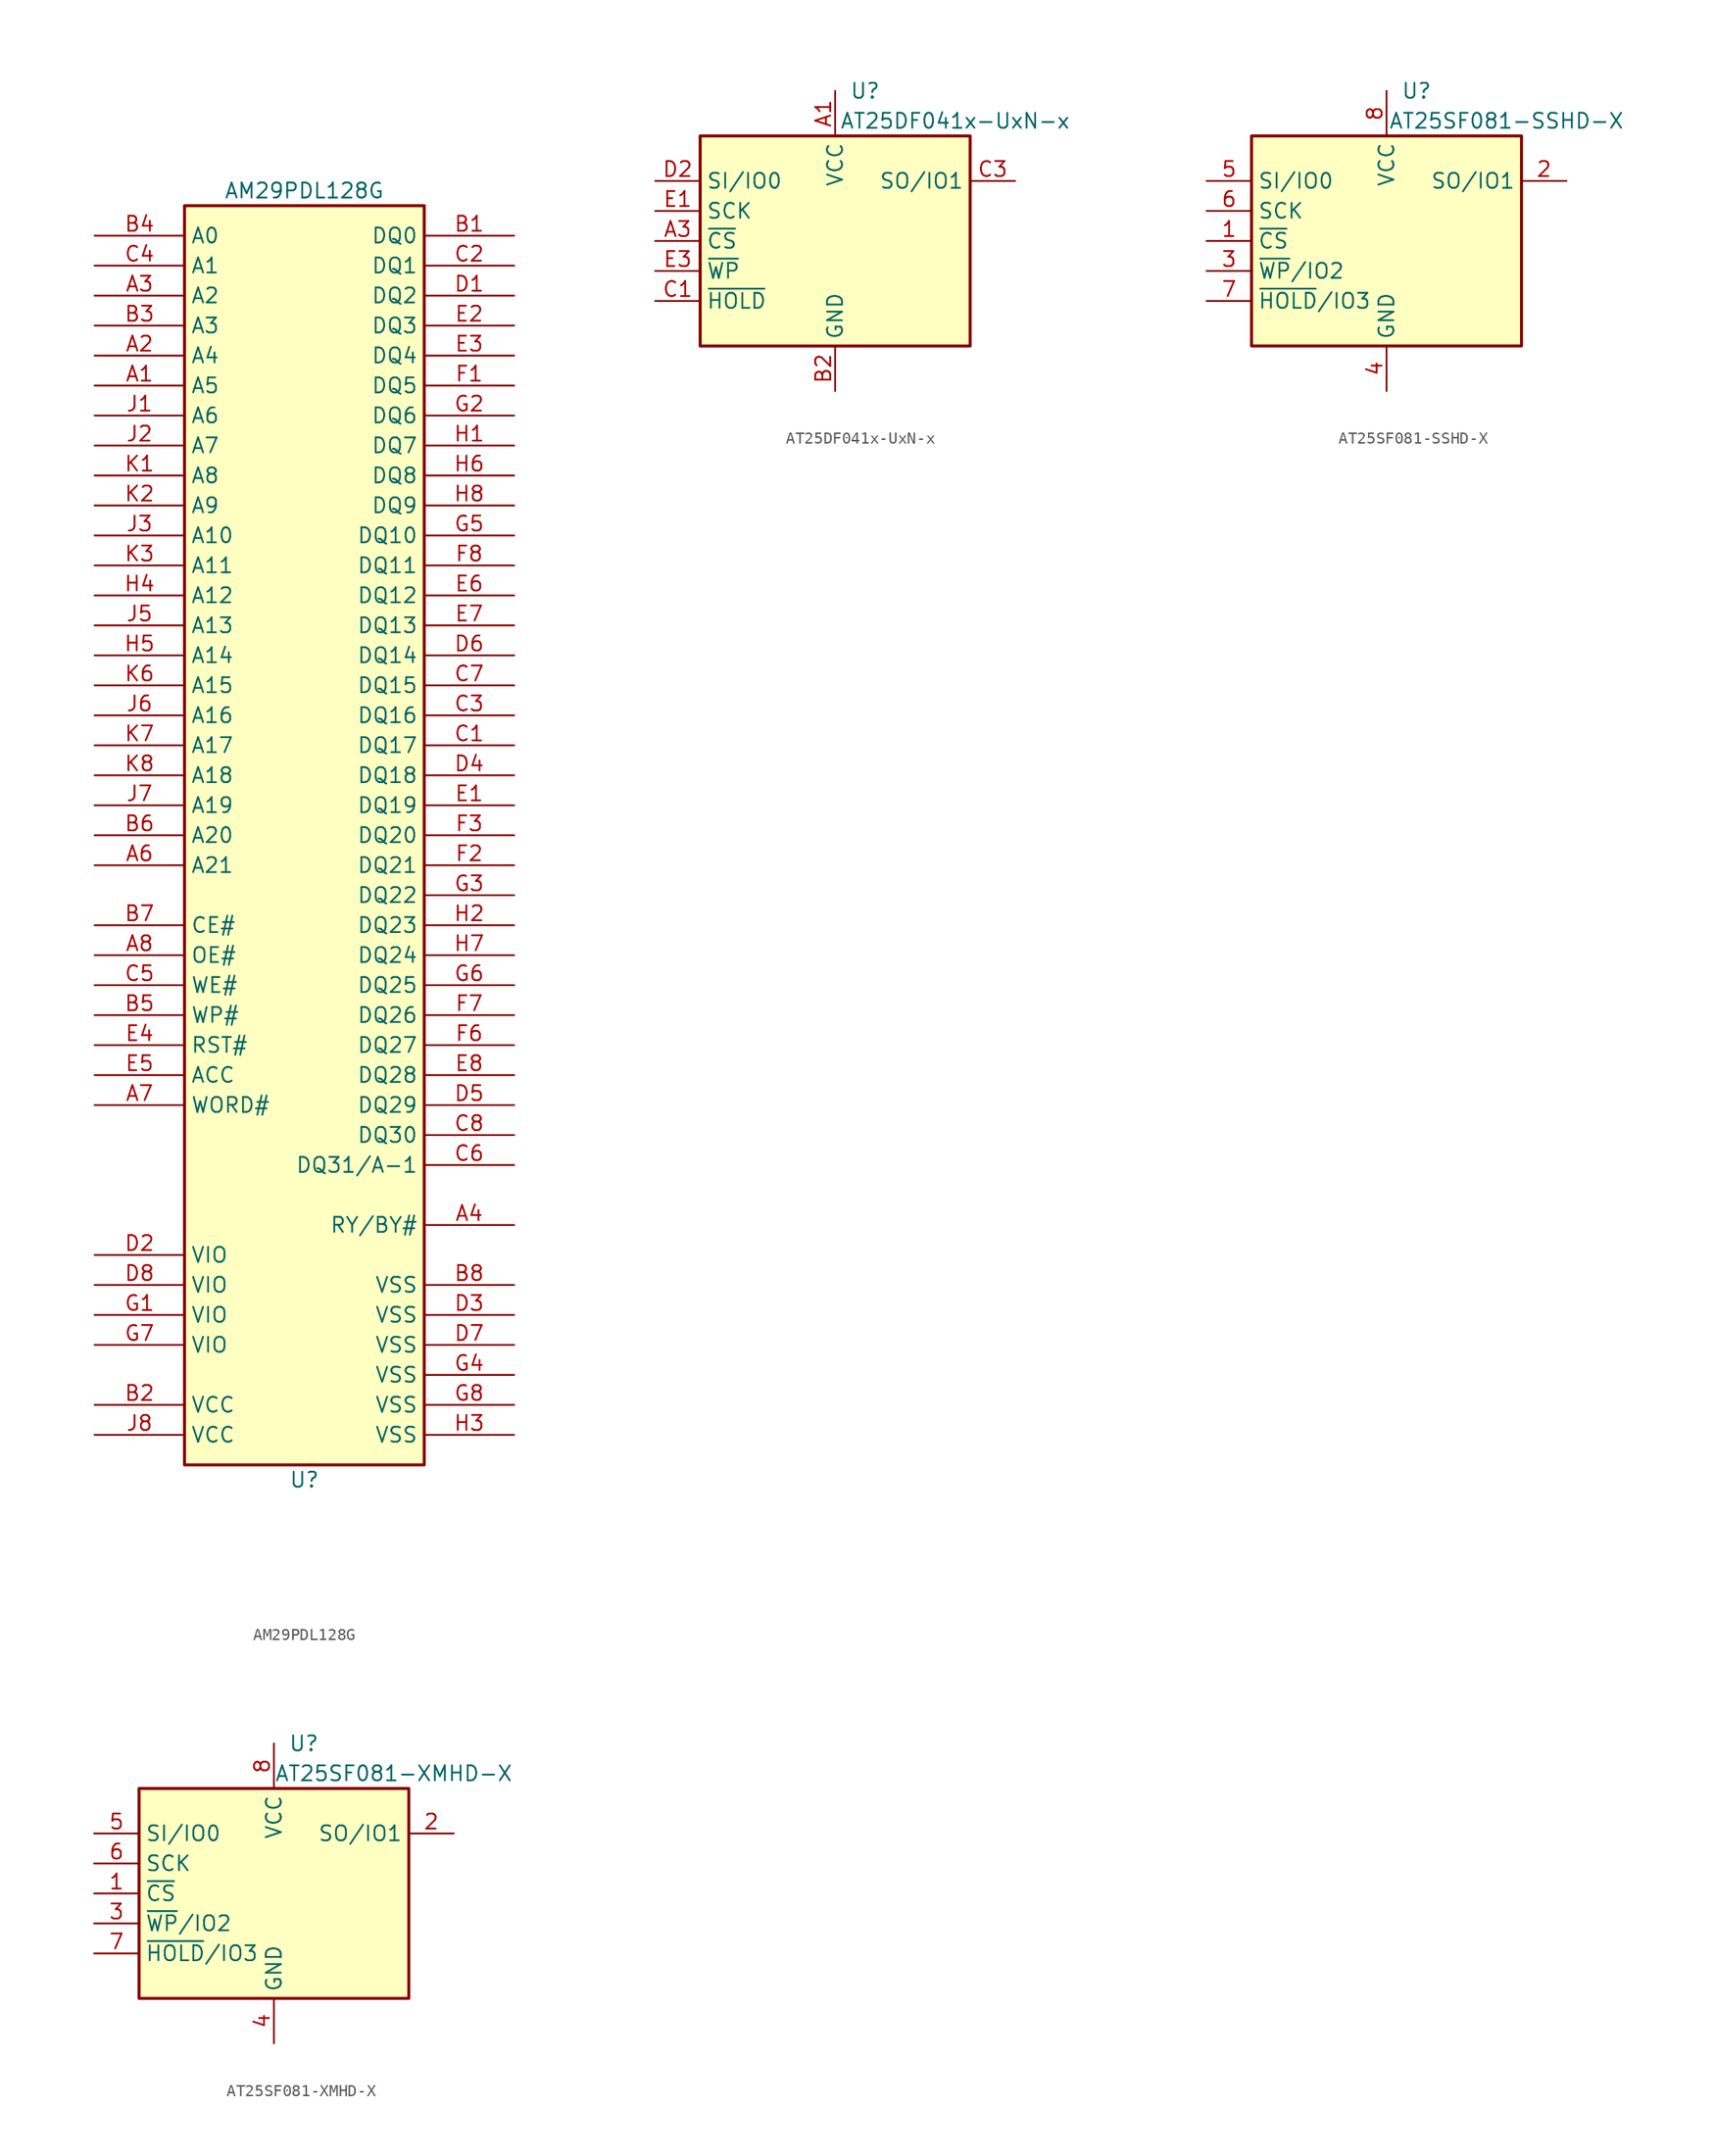
<source format=kicad_sym>
(kicad_symbol_lib
  (version 20201005)
  (generator kicad_symbol_editor)
  (symbol "Memory_Flash:AM29PDL128G"
    (property "Reference" "U"
      (at 0 -54.61 0)
      (effects (font (size 1.27 1.27))))
    (property "Value" "AM29PDL128G"
      (at 0 54.61 0)
      (effects (font (size 1.27 1.27))))
    (symbol "AM29PDL128G_0_1"
      (rectangle (start -10.16 53.34) (end 10.16 -53.34) (stroke (width 0.254)) (fill (type background))))
    (symbol "AM29PDL128G_1_1"
      (pin input line (at -17.78 38.1 0) (length 7.62) (name "A5" (effects (font (size 1.27 1.27)))) (number "A1" (effects (font (size 1.27 1.27)))))
      (pin input line (at -17.78 40.64 0) (length 7.62) (name "A4" (effects (font (size 1.27 1.27)))) (number "A2" (effects (font (size 1.27 1.27)))))
      (pin input line (at -17.78 45.72 0) (length 7.62) (name "A2" (effects (font (size 1.27 1.27)))) (number "A3" (effects (font (size 1.27 1.27)))))
      (pin output line (at 17.78 -33.02 180) (length 7.62) (name "RY/BY#" (effects (font (size 1.27 1.27)))) (number "A4" (effects (font (size 1.27 1.27)))))
      (pin input line (at -17.78 -2.54 0) (length 7.62) (name "A21" (effects (font (size 1.27 1.27)))) (number "A6" (effects (font (size 1.27 1.27)))))
      (pin input line (at -17.78 -22.86 0) (length 7.62) (name "WORD#" (effects (font (size 1.27 1.27)))) (number "A7" (effects (font (size 1.27 1.27)))))
      (pin input line (at -17.78 -10.16 0) (length 7.62) (name "OE#" (effects (font (size 1.27 1.27)))) (number "A8" (effects (font (size 1.27 1.27)))))
      (pin bidirectional line (at 17.78 50.8 180) (length 7.62) (name "DQ0" (effects (font (size 1.27 1.27)))) (number "B1" (effects (font (size 1.27 1.27)))))
      (pin power_in line (at -17.78 -48.26 0) (length 7.62) (name "VCC" (effects (font (size 1.27 1.27)))) (number "B2" (effects (font (size 1.27 1.27)))))
      (pin input line (at -17.78 43.18 0) (length 7.62) (name "A3" (effects (font (size 1.27 1.27)))) (number "B3" (effects (font (size 1.27 1.27)))))
      (pin input line (at -17.78 50.8 0) (length 7.62) (name "A0" (effects (font (size 1.27 1.27)))) (number "B4" (effects (font (size 1.27 1.27)))))
      (pin input line (at -17.78 -15.24 0) (length 7.62) (name "WP#" (effects (font (size 1.27 1.27)))) (number "B5" (effects (font (size 1.27 1.27)))))
      (pin input line (at -17.78 0 0) (length 7.62) (name "A20" (effects (font (size 1.27 1.27)))) (number "B6" (effects (font (size 1.27 1.27)))))
      (pin input line (at -17.78 -7.62 0) (length 7.62) (name "CE#" (effects (font (size 1.27 1.27)))) (number "B7" (effects (font (size 1.27 1.27)))))
      (pin power_in line (at 17.78 -38.1 180) (length 7.62) (name "VSS" (effects (font (size 1.27 1.27)))) (number "B8" (effects (font (size 1.27 1.27)))))
      (pin bidirectional line (at 17.78 7.62 180) (length 7.62) (name "DQ17" (effects (font (size 1.27 1.27)))) (number "C1" (effects (font (size 1.27 1.27)))))
      (pin bidirectional line (at 17.78 48.26 180) (length 7.62) (name "DQ1" (effects (font (size 1.27 1.27)))) (number "C2" (effects (font (size 1.27 1.27)))))
      (pin bidirectional line (at 17.78 10.16 180) (length 7.62) (name "DQ16" (effects (font (size 1.27 1.27)))) (number "C3" (effects (font (size 1.27 1.27)))))
      (pin input line (at -17.78 48.26 0) (length 7.62) (name "A1" (effects (font (size 1.27 1.27)))) (number "C4" (effects (font (size 1.27 1.27)))))
      (pin input line (at -17.78 -12.7 0) (length 7.62) (name "WE#" (effects (font (size 1.27 1.27)))) (number "C5" (effects (font (size 1.27 1.27)))))
      (pin bidirectional line (at 17.78 -27.94 180) (length 7.62) (name "DQ31/A-1" (effects (font (size 1.27 1.27)))) (number "C6" (effects (font (size 1.27 1.27)))))
      (pin bidirectional line (at 17.78 12.7 180) (length 7.62) (name "DQ15" (effects (font (size 1.27 1.27)))) (number "C7" (effects (font (size 1.27 1.27)))))
      (pin bidirectional line (at 17.78 -25.4 180) (length 7.62) (name "DQ30" (effects (font (size 1.27 1.27)))) (number "C8" (effects (font (size 1.27 1.27)))))
      (pin bidirectional line (at 17.78 45.72 180) (length 7.62) (name "DQ2" (effects (font (size 1.27 1.27)))) (number "D1" (effects (font (size 1.27 1.27)))))
      (pin input line (at -17.78 -35.56 0) (length 7.62) (name "VIO" (effects (font (size 1.27 1.27)))) (number "D2" (effects (font (size 1.27 1.27)))))
      (pin power_in line (at 17.78 -40.64 180) (length 7.62) (name "VSS" (effects (font (size 1.27 1.27)))) (number "D3" (effects (font (size 1.27 1.27)))))
      (pin bidirectional line (at 17.78 5.08 180) (length 7.62) (name "DQ18" (effects (font (size 1.27 1.27)))) (number "D4" (effects (font (size 1.27 1.27)))))
      (pin bidirectional line (at 17.78 -22.86 180) (length 7.62) (name "DQ29" (effects (font (size 1.27 1.27)))) (number "D5" (effects (font (size 1.27 1.27)))))
      (pin bidirectional line (at 17.78 15.24 180) (length 7.62) (name "DQ14" (effects (font (size 1.27 1.27)))) (number "D6" (effects (font (size 1.27 1.27)))))
      (pin power_in line (at 17.78 -43.18 180) (length 7.62) (name "VSS" (effects (font (size 1.27 1.27)))) (number "D7" (effects (font (size 1.27 1.27)))))
      (pin input line (at -17.78 -38.1 0) (length 7.62) (name "VIO" (effects (font (size 1.27 1.27)))) (number "D8" (effects (font (size 1.27 1.27)))))
      (pin bidirectional line (at 17.78 2.54 180) (length 7.62) (name "DQ19" (effects (font (size 1.27 1.27)))) (number "E1" (effects (font (size 1.27 1.27)))))
      (pin bidirectional line (at 17.78 43.18 180) (length 7.62) (name "DQ3" (effects (font (size 1.27 1.27)))) (number "E2" (effects (font (size 1.27 1.27)))))
      (pin bidirectional line (at 17.78 40.64 180) (length 7.62) (name "DQ4" (effects (font (size 1.27 1.27)))) (number "E3" (effects (font (size 1.27 1.27)))))
      (pin input line (at -17.78 -17.78 0) (length 7.62) (name "RST#" (effects (font (size 1.27 1.27)))) (number "E4" (effects (font (size 1.27 1.27)))))
      (pin input line (at -17.78 -20.32 0) (length 7.62) (name "ACC" (effects (font (size 1.27 1.27)))) (number "E5" (effects (font (size 1.27 1.27)))))
      (pin bidirectional line (at 17.78 20.32 180) (length 7.62) (name "DQ12" (effects (font (size 1.27 1.27)))) (number "E6" (effects (font (size 1.27 1.27)))))
      (pin bidirectional line (at 17.78 17.78 180) (length 7.62) (name "DQ13" (effects (font (size 1.27 1.27)))) (number "E7" (effects (font (size 1.27 1.27)))))
      (pin bidirectional line (at 17.78 -20.32 180) (length 7.62) (name "DQ28" (effects (font (size 1.27 1.27)))) (number "E8" (effects (font (size 1.27 1.27)))))
      (pin bidirectional line (at 17.78 38.1 180) (length 7.62) (name "DQ5" (effects (font (size 1.27 1.27)))) (number "F1" (effects (font (size 1.27 1.27)))))
      (pin bidirectional line (at 17.78 -2.54 180) (length 7.62) (name "DQ21" (effects (font (size 1.27 1.27)))) (number "F2" (effects (font (size 1.27 1.27)))))
      (pin bidirectional line (at 17.78 0 180) (length 7.62) (name "DQ20" (effects (font (size 1.27 1.27)))) (number "F3" (effects (font (size 1.27 1.27)))))
      (pin bidirectional line (at 17.78 -17.78 180) (length 7.62) (name "DQ27" (effects (font (size 1.27 1.27)))) (number "F6" (effects (font (size 1.27 1.27)))))
      (pin bidirectional line (at 17.78 -15.24 180) (length 7.62) (name "DQ26" (effects (font (size 1.27 1.27)))) (number "F7" (effects (font (size 1.27 1.27)))))
      (pin bidirectional line (at 17.78 22.86 180) (length 7.62) (name "DQ11" (effects (font (size 1.27 1.27)))) (number "F8" (effects (font (size 1.27 1.27)))))
      (pin input line (at -17.78 -40.64 0) (length 7.62) (name "VIO" (effects (font (size 1.27 1.27)))) (number "G1" (effects (font (size 1.27 1.27)))))
      (pin bidirectional line (at 17.78 35.56 180) (length 7.62) (name "DQ6" (effects (font (size 1.27 1.27)))) (number "G2" (effects (font (size 1.27 1.27)))))
      (pin bidirectional line (at 17.78 -5.08 180) (length 7.62) (name "DQ22" (effects (font (size 1.27 1.27)))) (number "G3" (effects (font (size 1.27 1.27)))))
      (pin passive line (at 17.78 -45.72 180) (length 7.62) (name "VSS" (effects (font (size 1.27 1.27)))) (number "G4" (effects (font (size 1.27 1.27)))))
      (pin bidirectional line (at 17.78 25.4 180) (length 7.62) (name "DQ10" (effects (font (size 1.27 1.27)))) (number "G5" (effects (font (size 1.27 1.27)))))
      (pin bidirectional line (at 17.78 -12.7 180) (length 7.62) (name "DQ25" (effects (font (size 1.27 1.27)))) (number "G6" (effects (font (size 1.27 1.27)))))
      (pin input line (at -17.78 -43.18 0) (length 7.62) (name "VIO" (effects (font (size 1.27 1.27)))) (number "G7" (effects (font (size 1.27 1.27)))))
      (pin power_in line (at 17.78 -48.26 180) (length 7.62) (name "VSS" (effects (font (size 1.27 1.27)))) (number "G8" (effects (font (size 1.27 1.27)))))
      (pin bidirectional line (at 17.78 33.02 180) (length 7.62) (name "DQ7" (effects (font (size 1.27 1.27)))) (number "H1" (effects (font (size 1.27 1.27)))))
      (pin bidirectional line (at 17.78 -7.62 180) (length 7.62) (name "DQ23" (effects (font (size 1.27 1.27)))) (number "H2" (effects (font (size 1.27 1.27)))))
      (pin power_in line (at 17.78 -50.8 180) (length 7.62) (name "VSS" (effects (font (size 1.27 1.27)))) (number "H3" (effects (font (size 1.27 1.27)))))
      (pin input line (at -17.78 20.32 0) (length 7.62) (name "A12" (effects (font (size 1.27 1.27)))) (number "H4" (effects (font (size 1.27 1.27)))))
      (pin input line (at -17.78 15.24 0) (length 7.62) (name "A14" (effects (font (size 1.27 1.27)))) (number "H5" (effects (font (size 1.27 1.27)))))
      (pin bidirectional line (at 17.78 30.48 180) (length 7.62) (name "DQ8" (effects (font (size 1.27 1.27)))) (number "H6" (effects (font (size 1.27 1.27)))))
      (pin bidirectional line (at 17.78 -10.16 180) (length 7.62) (name "DQ24" (effects (font (size 1.27 1.27)))) (number "H7" (effects (font (size 1.27 1.27)))))
      (pin bidirectional line (at 17.78 27.94 180) (length 7.62) (name "DQ9" (effects (font (size 1.27 1.27)))) (number "H8" (effects (font (size 1.27 1.27)))))
      (pin input line (at -17.78 35.56 0) (length 7.62) (name "A6" (effects (font (size 1.27 1.27)))) (number "J1" (effects (font (size 1.27 1.27)))))
      (pin input line (at -17.78 33.02 0) (length 7.62) (name "A7" (effects (font (size 1.27 1.27)))) (number "J2" (effects (font (size 1.27 1.27)))))
      (pin input line (at -17.78 25.4 0) (length 7.62) (name "A10" (effects (font (size 1.27 1.27)))) (number "J3" (effects (font (size 1.27 1.27)))))
      (pin input line (at -17.78 17.78 0) (length 7.62) (name "A13" (effects (font (size 1.27 1.27)))) (number "J5" (effects (font (size 1.27 1.27)))))
      (pin input line (at -17.78 10.16 0) (length 7.62) (name "A16" (effects (font (size 1.27 1.27)))) (number "J6" (effects (font (size 1.27 1.27)))))
      (pin input line (at -17.78 2.54 0) (length 7.62) (name "A19" (effects (font (size 1.27 1.27)))) (number "J7" (effects (font (size 1.27 1.27)))))
      (pin power_in line (at -17.78 -50.8 0) (length 7.62) (name "VCC" (effects (font (size 1.27 1.27)))) (number "J8" (effects (font (size 1.27 1.27)))))
      (pin input line (at -17.78 30.48 0) (length 7.62) (name "A8" (effects (font (size 1.27 1.27)))) (number "K1" (effects (font (size 1.27 1.27)))))
      (pin input line (at -17.78 27.94 0) (length 7.62) (name "A9" (effects (font (size 1.27 1.27)))) (number "K2" (effects (font (size 1.27 1.27)))))
      (pin input line (at -17.78 22.86 0) (length 7.62) (name "A11" (effects (font (size 1.27 1.27)))) (number "K3" (effects (font (size 1.27 1.27)))))
      (pin input line (at -17.78 12.7 0) (length 7.62) (name "A15" (effects (font (size 1.27 1.27)))) (number "K6" (effects (font (size 1.27 1.27)))))
      (pin input line (at -17.78 7.62 0) (length 7.62) (name "A17" (effects (font (size 1.27 1.27)))) (number "K7" (effects (font (size 1.27 1.27)))))
      (pin input line (at -17.78 5.08 0) (length 7.62) (name "A18" (effects (font (size 1.27 1.27)))) (number "K8" (effects (font (size 1.27 1.27)))))))
  (symbol "Memory_Flash:AT25DF041x-UxN-x"
    (property "Reference" "U"
      (at 2.54 12.7 0)
      (effects (font (size 1.27 1.27))))
    (property "Value" "AT25DF041x-UxN-x"
      (at 10.16 10.16 0)
      (effects (font (size 1.27 1.27))))
    (symbol "AT25DF041x-UxN-x_1_1"
      (rectangle (start -11.43 8.89) (end 11.43 -8.89) (stroke (width 0.254)) (fill (type background)))
      (pin power_in line (at 0 12.7 270) (length 3.81) (name "VCC" (effects (font (size 1.27 1.27)))) (number "A1" (effects (font (size 1.27 1.27)))))
      (pin input line (at -15.24 0 0) (length 3.81) (name "~CS" (effects (font (size 1.27 1.27)))) (number "A3" (effects (font (size 1.27 1.27)))))
      (pin power_in line (at 0 -12.7 90) (length 3.81) (name "GND" (effects (font (size 1.27 1.27)))) (number "B2" (effects (font (size 1.27 1.27)))))
      (pin bidirectional line (at -15.24 -5.08 0) (length 3.81) (name "~HOLD~" (effects (font (size 1.27 1.27)))) (number "C1" (effects (font (size 1.27 1.27)))))
      (pin bidirectional line (at 15.24 5.08 180) (length 3.81) (name "SO/IO1" (effects (font (size 1.27 1.27)))) (number "C3" (effects (font (size 1.27 1.27)))))
      (pin bidirectional line (at -15.24 5.08 0) (length 3.81) (name "SI/IO0" (effects (font (size 1.27 1.27)))) (number "D2" (effects (font (size 1.27 1.27)))))
      (pin input line (at -15.24 2.54 0) (length 3.81) (name "SCK" (effects (font (size 1.27 1.27)))) (number "E1" (effects (font (size 1.27 1.27)))))
      (pin bidirectional line (at -15.24 -2.54 0) (length 3.81) (name "~WP~" (effects (font (size 1.27 1.27)))) (number "E3" (effects (font (size 1.27 1.27)))))))
  (symbol "Memory_Flash:AT25SF081-SSHD-X"
    (property "Reference" "U"
      (at 2.54 12.7 0)
      (effects (font (size 1.27 1.27))))
    (property "Value" "AT25SF081-SSHD-X"
      (at 10.16 10.16 0)
      (effects (font (size 1.27 1.27))))
    (symbol "AT25SF081-SSHD-X_1_1"
      (rectangle (start -11.43 8.89) (end 11.43 -8.89) (stroke (width 0.254)) (fill (type background)))
      (pin input line (at -15.24 0 0) (length 3.81) (name "~CS" (effects (font (size 1.27 1.27)))) (number "1" (effects (font (size 1.27 1.27)))))
      (pin bidirectional line (at 15.24 5.08 180) (length 3.81) (name "SO/IO1" (effects (font (size 1.27 1.27)))) (number "2" (effects (font (size 1.27 1.27)))))
      (pin bidirectional line (at -15.24 -2.54 0) (length 3.81) (name "~WP~/IO2" (effects (font (size 1.27 1.27)))) (number "3" (effects (font (size 1.27 1.27)))))
      (pin power_in line (at 0 -12.7 90) (length 3.81) (name "GND" (effects (font (size 1.27 1.27)))) (number "4" (effects (font (size 1.27 1.27)))))
      (pin bidirectional line (at -15.24 5.08 0) (length 3.81) (name "SI/IO0" (effects (font (size 1.27 1.27)))) (number "5" (effects (font (size 1.27 1.27)))))
      (pin input line (at -15.24 2.54 0) (length 3.81) (name "SCK" (effects (font (size 1.27 1.27)))) (number "6" (effects (font (size 1.27 1.27)))))
      (pin bidirectional line (at -15.24 -5.08 0) (length 3.81) (name "~HOLD~/IO3" (effects (font (size 1.27 1.27)))) (number "7" (effects (font (size 1.27 1.27)))))
      (pin power_in line (at 0 12.7 270) (length 3.81) (name "VCC" (effects (font (size 1.27 1.27)))) (number "8" (effects (font (size 1.27 1.27)))))))
  (symbol "Memory_Flash:AT25SF081-XMHD-X"
    (property "Reference" "U"
      (at 2.54 12.7 0)
      (effects (font (size 1.27 1.27))))
    (property "Value" "AT25SF081-XMHD-X"
      (at 10.16 10.16 0)
      (effects (font (size 1.27 1.27))))
    (symbol "AT25SF081-XMHD-X_1_1"
      (rectangle (start -11.43 8.89) (end 11.43 -8.89) (stroke (width 0.254)) (fill (type background)))
      (pin input line (at -15.24 0 0) (length 3.81) (name "~CS" (effects (font (size 1.27 1.27)))) (number "1" (effects (font (size 1.27 1.27)))))
      (pin bidirectional line (at 15.24 5.08 180) (length 3.81) (name "SO/IO1" (effects (font (size 1.27 1.27)))) (number "2" (effects (font (size 1.27 1.27)))))
      (pin bidirectional line (at -15.24 -2.54 0) (length 3.81) (name "~WP~/IO2" (effects (font (size 1.27 1.27)))) (number "3" (effects (font (size 1.27 1.27)))))
      (pin power_in line (at 0 -12.7 90) (length 3.81) (name "GND" (effects (font (size 1.27 1.27)))) (number "4" (effects (font (size 1.27 1.27)))))
      (pin bidirectional line (at -15.24 5.08 0) (length 3.81) (name "SI/IO0" (effects (font (size 1.27 1.27)))) (number "5" (effects (font (size 1.27 1.27)))))
      (pin input line (at -15.24 2.54 0) (length 3.81) (name "SCK" (effects (font (size 1.27 1.27)))) (number "6" (effects (font (size 1.27 1.27)))))
      (pin bidirectional line (at -15.24 -5.08 0) (length 3.81) (name "~HOLD~/IO3" (effects (font (size 1.27 1.27)))) (number "7" (effects (font (size 1.27 1.27)))))
      (pin power_in line (at 0 12.7 270) (length 3.81) (name "VCC" (effects (font (size 1.27 1.27)))) (number "8" (effects (font (size 1.27 1.27))))))))
</source>
